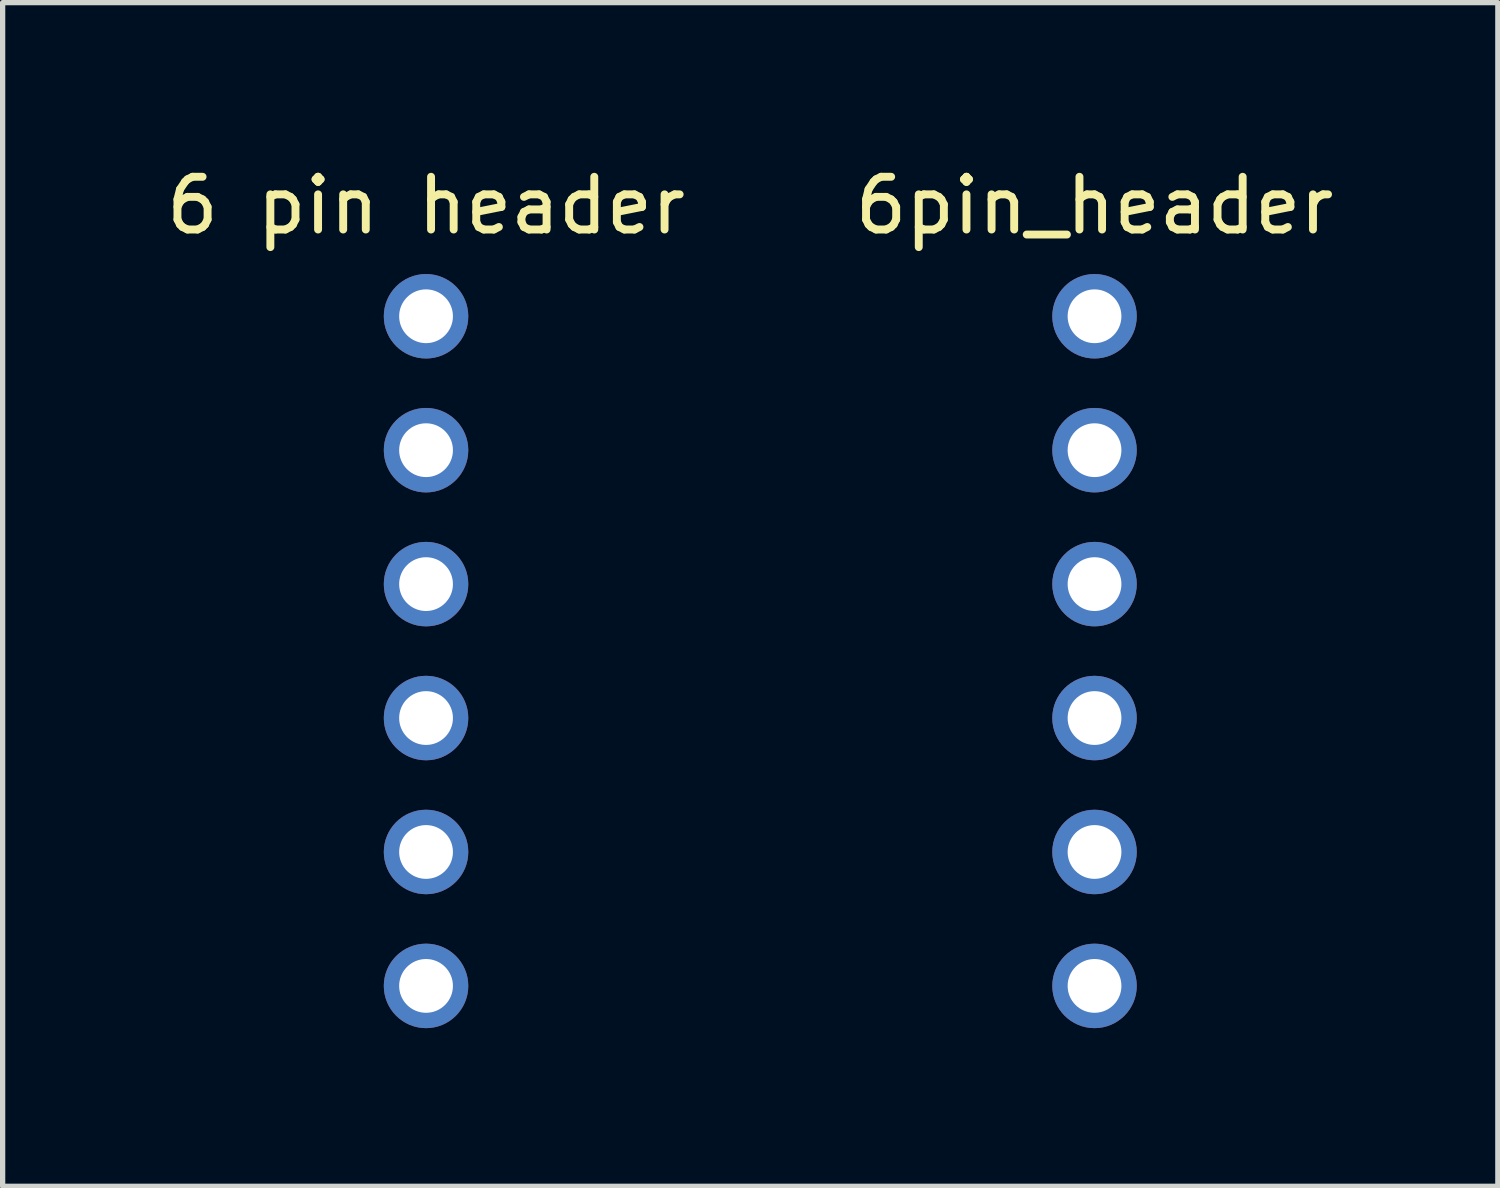
<source format=kicad_pcb>
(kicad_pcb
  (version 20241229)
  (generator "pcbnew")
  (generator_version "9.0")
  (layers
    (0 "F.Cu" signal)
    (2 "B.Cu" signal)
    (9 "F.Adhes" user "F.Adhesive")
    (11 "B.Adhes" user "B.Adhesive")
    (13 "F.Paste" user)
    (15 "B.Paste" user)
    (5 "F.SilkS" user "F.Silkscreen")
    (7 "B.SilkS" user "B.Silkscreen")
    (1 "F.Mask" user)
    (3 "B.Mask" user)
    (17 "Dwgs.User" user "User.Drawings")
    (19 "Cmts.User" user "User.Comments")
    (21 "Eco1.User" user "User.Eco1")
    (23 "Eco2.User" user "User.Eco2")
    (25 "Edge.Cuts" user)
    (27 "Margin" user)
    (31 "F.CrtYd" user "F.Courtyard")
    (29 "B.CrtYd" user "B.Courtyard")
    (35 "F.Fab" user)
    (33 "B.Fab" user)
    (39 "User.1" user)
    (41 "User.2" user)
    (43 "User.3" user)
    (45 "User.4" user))
  (footprint "6pin_header"
    (layer "F.Cu")
    (at 17.708 2.948)
    (property "Reference" "6pin_header" (at 0 -2.1 0) (layer "F.SilkS") (effects (font (size 1 1) (thickness 0.15))))
    (attr through_hole)
    (pad "1" thru_hole circle (at 0 0) (size 1.602 1.602) (drill 1.02) (layers "*.Cu" "*.Mask"))
    (pad "2" thru_hole circle (at 0 2.54) (size 1.602 1.602) (drill 1.02) (layers "*.Cu" "*.Mask"))
    (pad "3" thru_hole circle (at 0 5.08) (size 1.602 1.602) (drill 1.02) (layers "*.Cu" "*.Mask"))
    (pad "4" thru_hole circle (at 0 7.62) (size 1.602 1.602) (drill 1.02) (layers "*.Cu" "*.Mask"))
    (pad "5" thru_hole circle (at 0 10.16) (size 1.602 1.602) (drill 1.02) (layers "*.Cu" "*.Mask"))
    (pad "6" thru_hole circle (at 0 12.7) (size 1.602 1.602) (drill 1.02) (layers "*.Cu" "*.Mask")))
  (footprint "6 pin header"
    (layer "F.Cu")
    (at 5.03 2.948)
    (property "Reference" "6 pin header" (at 0 -2.1 0) (layer "F.SilkS") (effects (font (size 1 1) (thickness 0.15))))
    (attr through_hole)
    (pad "1" thru_hole circle (at 0 0) (size 1.602 1.602) (drill 1.02) (layers "*.Cu" "*.Mask"))
    (pad "2" thru_hole circle (at 0 2.54) (size 1.602 1.602) (drill 1.02) (layers "*.Cu" "*.Mask"))
    (pad "3" thru_hole circle (at 0 5.08) (size 1.602 1.602) (drill 1.02) (layers "*.Cu" "*.Mask"))
    (pad "4" thru_hole circle (at 0 7.62) (size 1.602 1.602) (drill 1.02) (layers "*.Cu" "*.Mask"))
    (pad "5" thru_hole circle (at 0 10.16) (size 1.602 1.602) (drill 1.02) (layers "*.Cu" "*.Mask"))
    (pad "6" thru_hole circle (at 0 12.7) (size 1.602 1.602) (drill 1.02) (layers "*.Cu" "*.Mask")))
  (gr_rect
    (start -3 -3)
    (end 25.357 19.449)
    (stroke (width 0.1) (type default))
    (fill no)
    (layer "Edge.Cuts")))
</source>
